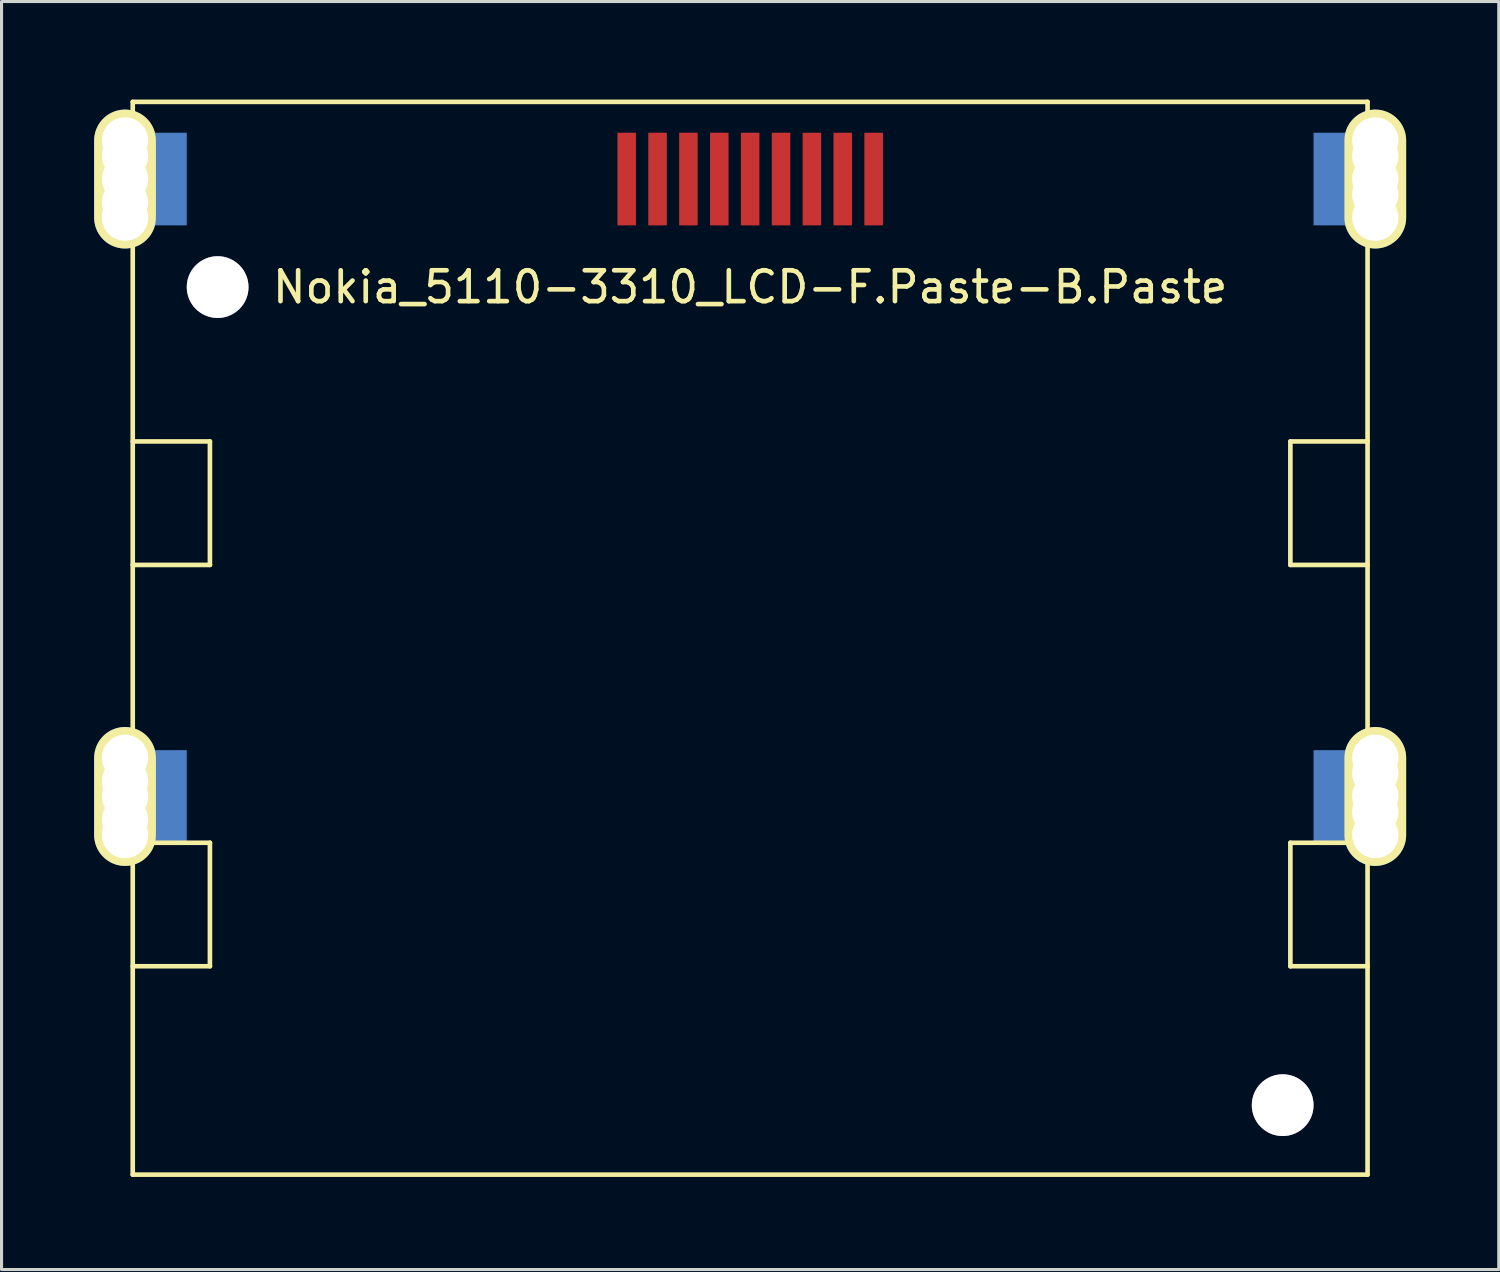
<source format=kicad_pcb>
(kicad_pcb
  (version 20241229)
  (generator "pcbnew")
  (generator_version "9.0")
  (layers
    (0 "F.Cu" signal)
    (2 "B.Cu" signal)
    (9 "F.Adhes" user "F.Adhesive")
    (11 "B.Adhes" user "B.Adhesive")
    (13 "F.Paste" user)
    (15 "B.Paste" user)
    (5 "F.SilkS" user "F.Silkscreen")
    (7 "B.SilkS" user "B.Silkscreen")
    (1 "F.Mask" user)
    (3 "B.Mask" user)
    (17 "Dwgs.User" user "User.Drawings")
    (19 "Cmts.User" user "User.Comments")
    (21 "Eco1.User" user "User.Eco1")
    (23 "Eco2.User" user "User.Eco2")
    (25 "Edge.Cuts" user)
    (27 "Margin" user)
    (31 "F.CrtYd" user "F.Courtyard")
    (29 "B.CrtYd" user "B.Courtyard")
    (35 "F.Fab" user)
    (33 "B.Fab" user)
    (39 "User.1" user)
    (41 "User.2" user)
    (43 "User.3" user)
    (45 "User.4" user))
  (footprint "Nokia_5110-3310_LCD-F.Paste-B.Paste"
    (layer "F.Cu")
    (at 21.25 0.25)
    (property "Reference" "Nokia_5110-3310_LCD-F.Paste-B.Paste" (at 0 6 0) (layer "F.SilkS") (effects (font (size 1 1) (thickness 0.15))))
    (attr through_hole)
    (fp_line (start -20 0) (end -20 34.75) (stroke (width 0.15) (type solid)) (layer "F.SilkS"))
    (fp_line (start -20 0) (end 20 0) (stroke (width 0.15) (type solid)) (layer "F.SilkS"))
    (fp_line (start -20 11) (end -17.5 11) (stroke (width 0.15) (type solid)) (layer "F.SilkS"))
    (fp_line (start -20 24) (end -17.5 24) (stroke (width 0.15) (type solid)) (layer "F.SilkS"))
    (fp_line (start -17.5 11) (end -17.5 15) (stroke (width 0.15) (type solid)) (layer "F.SilkS"))
    (fp_line (start -17.5 15) (end -20 15) (stroke (width 0.15) (type solid)) (layer "F.SilkS"))
    (fp_line (start -17.5 24) (end -17.5 28) (stroke (width 0.15) (type solid)) (layer "F.SilkS"))
    (fp_line (start -17.5 28) (end -20 28) (stroke (width 0.15) (type solid)) (layer "F.SilkS"))
    (fp_line (start 17.5 11) (end 17.5 15) (stroke (width 0.15) (type solid)) (layer "F.SilkS"))
    (fp_line (start 17.5 15) (end 20 15) (stroke (width 0.15) (type solid)) (layer "F.SilkS"))
    (fp_line (start 17.5 24) (end 17.5 28) (stroke (width 0.15) (type solid)) (layer "F.SilkS"))
    (fp_line (start 17.5 28) (end 20 28) (stroke (width 0.15) (type solid)) (layer "F.SilkS"))
    (fp_line (start 20 0) (end 20 34.75) (stroke (width 0.15) (type solid)) (layer "F.SilkS"))
    (fp_line (start 20 11) (end 17.5 11) (stroke (width 0.15) (type solid)) (layer "F.SilkS"))
    (fp_line (start 20 24) (end 17.5 24) (stroke (width 0.15) (type solid)) (layer "F.SilkS"))
    (fp_line (start 20 34.75) (end -20 34.75) (stroke (width 0.15) (type solid)) (layer "F.SilkS"))
    (pad "" np_thru_hole circle (at -20.25 1.25) (size 1.5 1.5) (drill 1.5) (layers "*.Mask" "B.Cu" "F.SilkS"))
    (pad "" np_thru_hole circle (at -20.25 1.75) (size 1.5 1.5) (drill 1.5) (layers "*.Mask" "B.Cu" "F.SilkS"))
    (pad "" np_thru_hole oval (at -20.25 2.5) (size 2 4.5) (drill 1.5) (layers "*.Mask" "B.Cu" "F.SilkS"))
    (pad "" np_thru_hole circle (at -20.25 3.25) (size 1.5 1.5) (drill 1.5) (layers "*.Mask" "B.Cu" "F.SilkS"))
    (pad "" np_thru_hole circle (at -20.25 3.75) (size 1.5 1.5) (drill 1.5) (layers "*.Mask" "B.Cu" "F.SilkS"))
    (pad "" np_thru_hole circle (at -20.25 21.25) (size 1.5 1.5) (drill 1.5) (layers "*.Mask" "B.Cu" "F.SilkS"))
    (pad "" np_thru_hole circle (at -20.25 22) (size 1.5 1.5) (drill 1.5) (layers "*.Mask" "B.Cu" "F.SilkS"))
    (pad "" np_thru_hole oval (at -20.25 22.5) (size 2 4.5) (drill 1.5) (layers "*.Mask" "B.Cu" "F.SilkS"))
    (pad "" np_thru_hole circle (at -20.25 23.25) (size 1.5 1.5) (drill 1.5) (layers "*.Mask" "B.Cu" "F.SilkS"))
    (pad "" np_thru_hole circle (at -20.25 23.75) (size 1.5 1.5) (drill 1.5) (layers "*.Mask" "B.Cu" "F.SilkS"))
    (pad "" smd rect (at -19 2.5) (size 1.5 3) (layers "B.Cu" "B.Mask" "B.Paste"))
    (pad "" smd rect (at -19 22.5) (size 1.5 3) (layers "B.Cu" "B.Mask" "B.Paste"))
    (pad "" thru_hole circle (at -17.25 6) (size 2 2) (drill 2) (layers "*.Cu"))
    (pad "" thru_hole circle (at 17.25 32.5) (size 2 2) (drill 2) (layers "*.Cu"))
    (pad "" smd rect (at 19 2.5) (size 1.5 3) (layers "B.Cu" "B.Mask" "B.Paste"))
    (pad "" smd rect (at 19 22.5) (size 1.5 3) (layers "B.Cu" "B.Mask" "B.Paste"))
    (pad "" np_thru_hole circle (at 20.25 1.25) (size 1.5 1.5) (drill 1.5) (layers "*.Mask" "B.Cu" "F.SilkS"))
    (pad "" np_thru_hole circle (at 20.25 1.75) (size 1.5 1.5) (drill 1.5) (layers "*.Mask" "B.Cu" "F.SilkS"))
    (pad "" np_thru_hole oval (at 20.25 2.5) (size 2 4.5) (drill 1.5) (layers "*.Mask" "B.Cu" "F.SilkS"))
    (pad "" np_thru_hole circle (at 20.25 3) (size 1.5 1.5) (drill 1.5) (layers "*.Mask" "B.Cu" "F.SilkS"))
    (pad "" np_thru_hole circle (at 20.25 3.75) (size 1.5 1.5) (drill 1.5) (layers "*.Mask" "B.Cu" "F.SilkS"))
    (pad "" np_thru_hole circle (at 20.25 21.25) (size 1.5 1.5) (drill 1.5) (layers "*.Mask" "B.Cu" "F.SilkS"))
    (pad "" np_thru_hole circle (at 20.25 21.75) (size 1.5 1.5) (drill 1.5) (layers "*.Mask" "B.Cu" "F.SilkS"))
    (pad "" np_thru_hole oval (at 20.25 22.5) (size 2 4.5) (drill 1.5) (layers "*.Mask" "B.Cu" "F.SilkS"))
    (pad "" np_thru_hole circle (at 20.25 23) (size 1.5 1.5) (drill 1.5) (layers "*.Mask" "B.Cu" "F.SilkS"))
    (pad "" np_thru_hole circle (at 20.25 23.75) (size 1.5 1.5) (drill 1.5) (layers "*.Mask" "B.Cu" "F.SilkS"))
    (pad "1" smd rect (at -4 2.5) (size 0.6 3) (layers "F.Cu" "F.Mask" "F.Paste"))
    (pad "2" smd rect (at -3 2.5) (size 0.6 3) (layers "F.Cu" "F.Mask" "F.Paste"))
    (pad "3" smd rect (at -2 2.5) (size 0.6 3) (layers "F.Cu" "F.Mask" "F.Paste"))
    (pad "4" smd rect (at -1 2.5) (size 0.6 3) (layers "F.Cu" "F.Mask" "F.Paste"))
    (pad "5" smd rect (at 0 2.5) (size 0.6 3) (layers "F.Cu" "F.Mask" "F.Paste"))
    (pad "6" smd rect (at 1 2.5) (size 0.6 3) (layers "F.Cu" "F.Mask" "F.Paste"))
    (pad "7" smd rect (at 2 2.5) (size 0.6 3) (layers "F.Cu" "F.Mask" "F.Paste"))
    (pad "8" smd rect (at 3 2.5) (size 0.6 3) (layers "F.Cu" "F.Mask" "F.Paste"))
    (pad "9" smd rect (at 4 2.5) (size 0.6 3) (layers "F.Cu" "F.Mask" "F.Paste")))
  (gr_rect
    (start -3 -3)
    (end 45.5 38.075)
    (stroke (width 0.1) (type default))
    (fill no)
    (layer "Edge.Cuts")))
</source>
